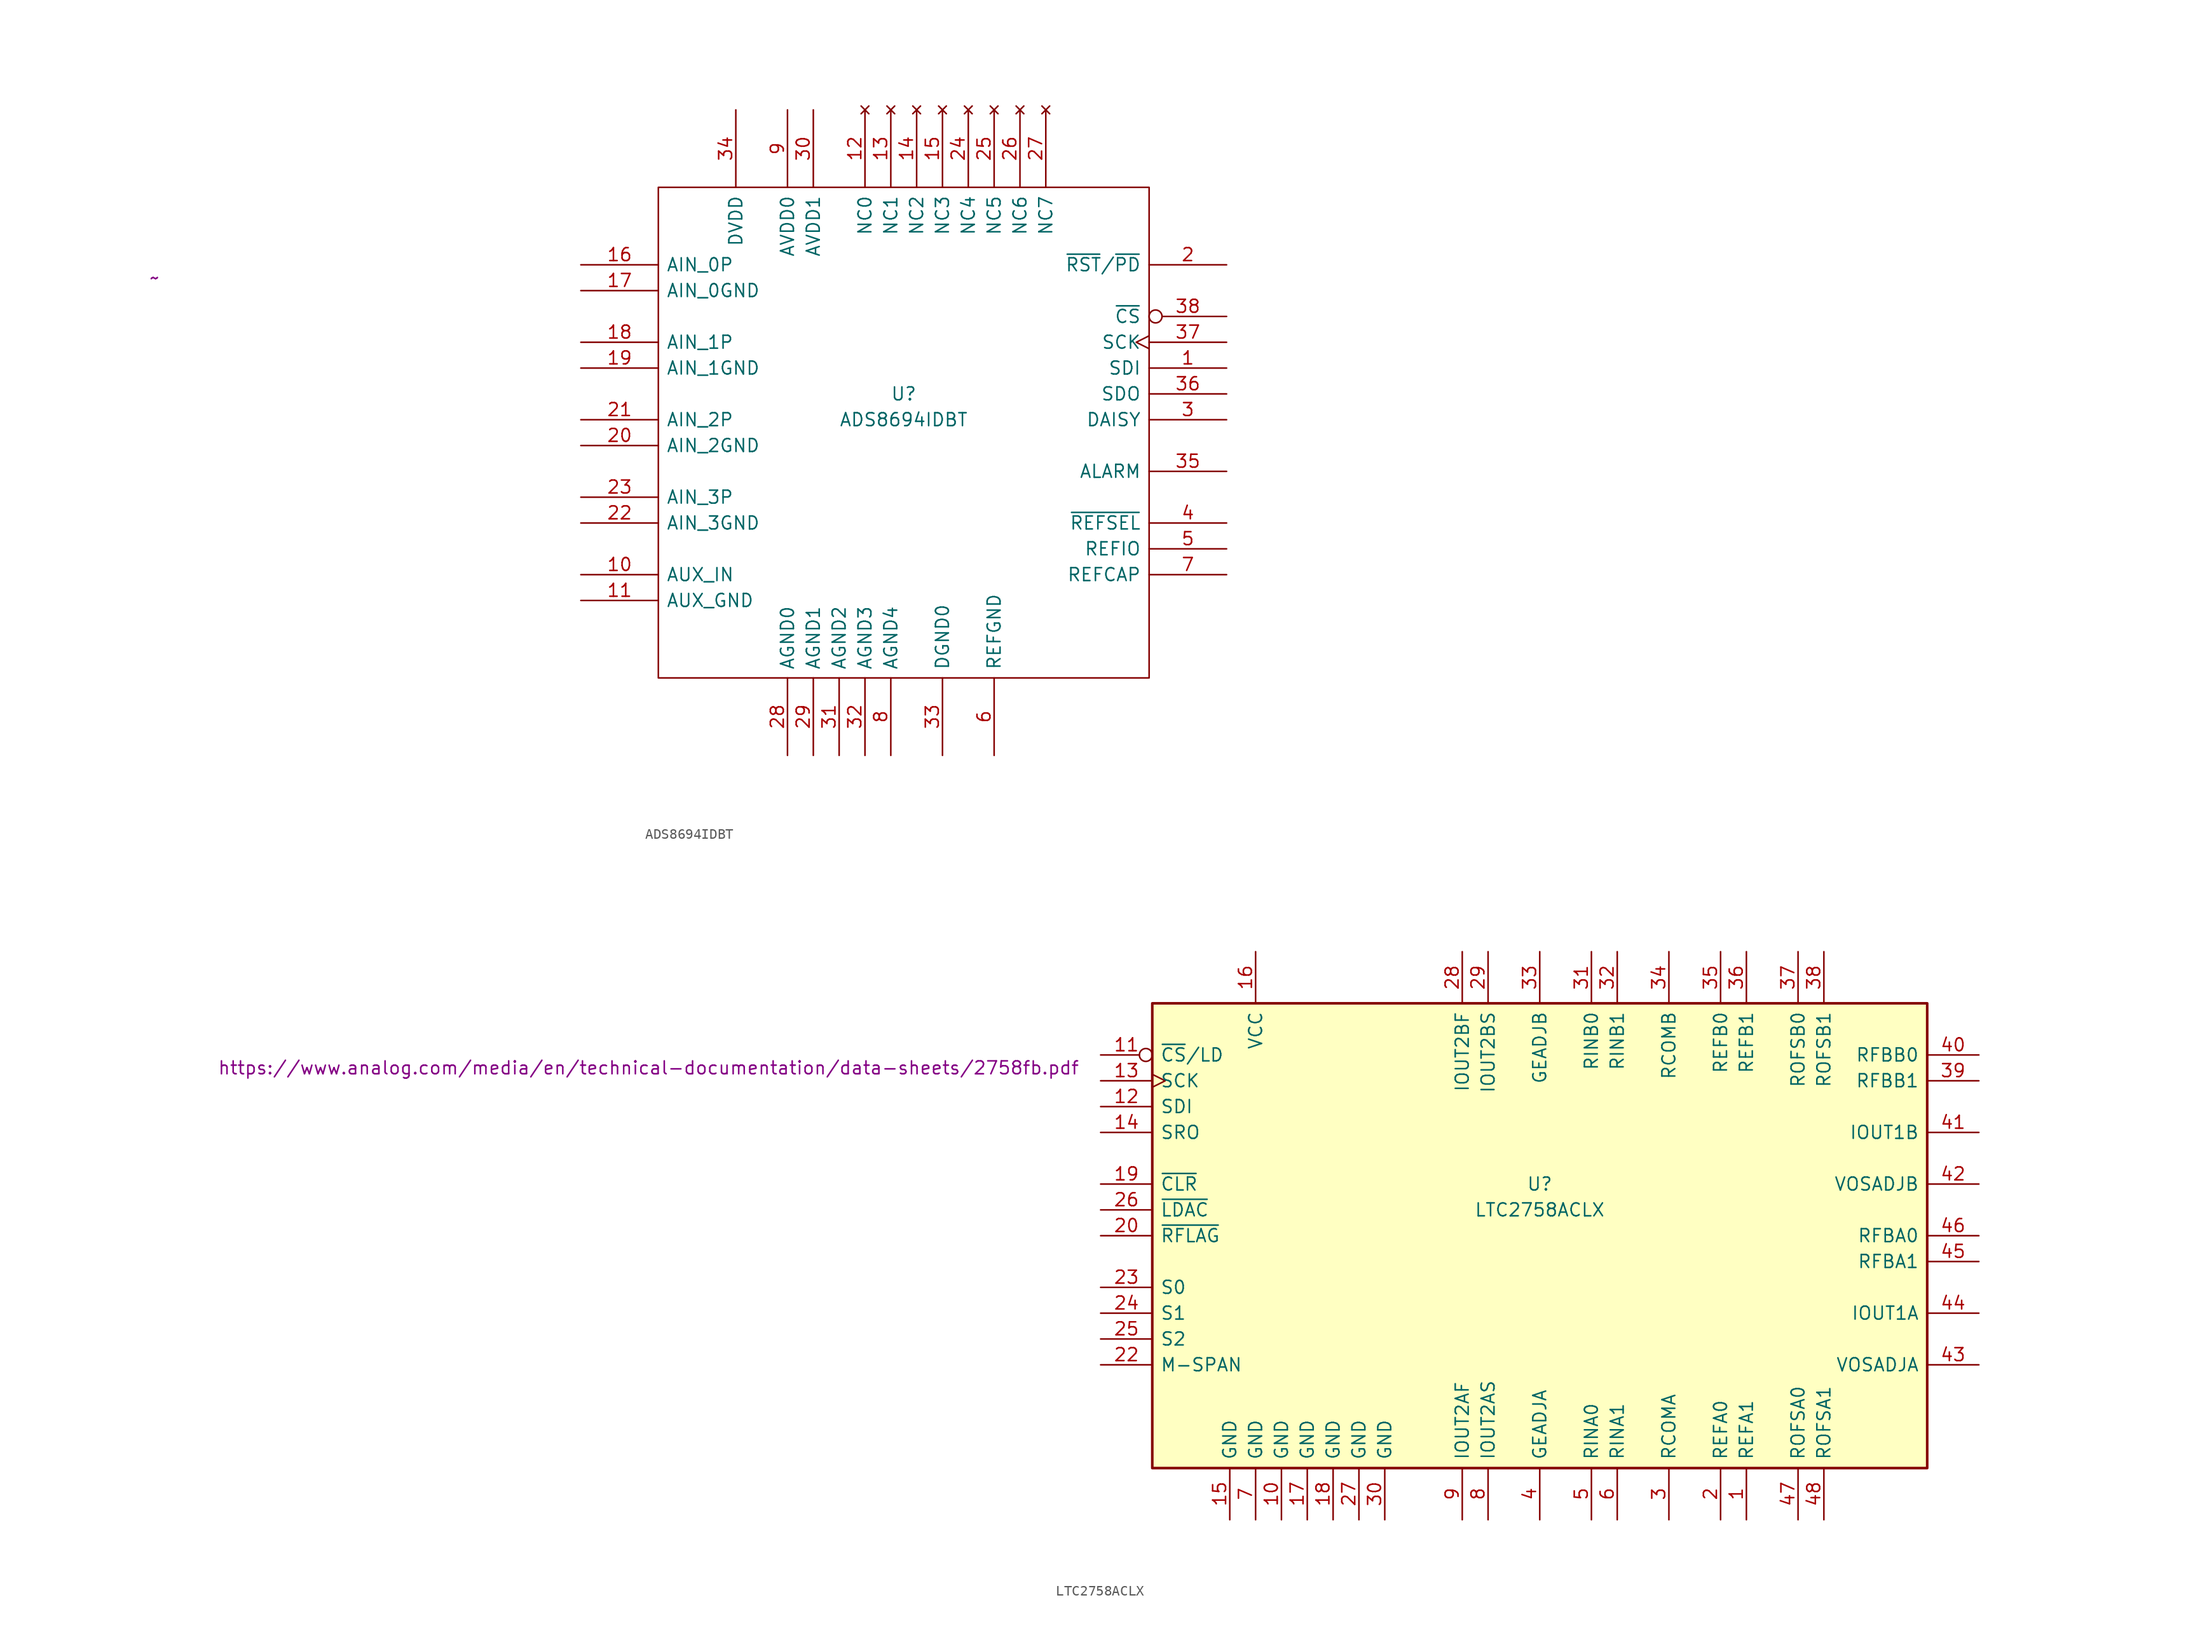
<source format=kicad_sym>
(kicad_symbol_lib
  (version 20231120)
  (generator "kicad_symbol_editor")
  (generator_version "8.0")
  (symbol "ADS8694IDBT"
    (pin_names
      (offset 0.762))
    (property "Reference" "U"
      (at 31.75 -12.7 0)
      (effects (font (size 1.27 1.27))))
    (property "Value" "ADS8694IDBT"
      (at 31.75 -15.24 0)
      (effects (font (size 1.27 1.27))))
    (property "Datasheet" "~"
      (at -41.91 -1.27 0)
      (effects (font (size 1.27 1.27))))
    (symbol "ADS8694IDBT_0_1"
      (rectangle (start 7.62 7.62) (end 55.88 -40.64) (stroke (width 0) (type default)) (fill (type none))))
    (symbol "ADS8694IDBT_1_1"
      (pin input line (at 63.5 -10.16 180) (length 7.62) (name "SDI" (effects (font (size 1.27 1.27)))) (number "1" (effects (font (size 1.27 1.27)))))
      (pin input line (at 0 -30.48 0) (length 7.62) (name "AUX_IN" (effects (font (size 1.27 1.27)))) (number "10" (effects (font (size 1.27 1.27)))))
      (pin power_in line (at 0 -33.02 0) (length 7.62) (name "AUX_GND" (effects (font (size 1.27 1.27)))) (number "11" (effects (font (size 1.27 1.27)))))
      (pin no_connect line (at 27.94 15.24 270) (length 7.62) (name "NC0" (effects (font (size 1.27 1.27)))) (number "12" (effects (font (size 1.27 1.27)))))
      (pin no_connect line (at 30.48 15.24 270) (length 7.62) (name "NC1" (effects (font (size 1.27 1.27)))) (number "13" (effects (font (size 1.27 1.27)))))
      (pin no_connect line (at 33.02 15.24 270) (length 7.62) (name "NC2" (effects (font (size 1.27 1.27)))) (number "14" (effects (font (size 1.27 1.27)))))
      (pin no_connect line (at 35.56 15.24 270) (length 7.62) (name "NC3" (effects (font (size 1.27 1.27)))) (number "15" (effects (font (size 1.27 1.27)))))
      (pin input line (at 0 0 0) (length 7.62) (name "AIN_0P" (effects (font (size 1.27 1.27)))) (number "16" (effects (font (size 1.27 1.27)))))
      (pin power_in line (at 0 -2.54 0) (length 7.62) (name "AIN_0GND" (effects (font (size 1.27 1.27)))) (number "17" (effects (font (size 1.27 1.27)))))
      (pin input line (at 0 -7.62 0) (length 7.62) (name "AIN_1P" (effects (font (size 1.27 1.27)))) (number "18" (effects (font (size 1.27 1.27)))))
      (pin power_in line (at 0 -10.16 0) (length 7.62) (name "AIN_1GND" (effects (font (size 1.27 1.27)))) (number "19" (effects (font (size 1.27 1.27)))))
      (pin input line (at 63.5 0 180) (length 7.62) (name "~{RST}/~{PD}" (effects (font (size 1.27 1.27)))) (number "2" (effects (font (size 1.27 1.27)))))
      (pin power_in line (at 0 -17.78 0) (length 7.62) (name "AIN_2GND" (effects (font (size 1.27 1.27)))) (number "20" (effects (font (size 1.27 1.27)))))
      (pin input line (at 0 -15.24 0) (length 7.62) (name "AIN_2P" (effects (font (size 1.27 1.27)))) (number "21" (effects (font (size 1.27 1.27)))))
      (pin power_in line (at 0 -25.4 0) (length 7.62) (name "AIN_3GND" (effects (font (size 1.27 1.27)))) (number "22" (effects (font (size 1.27 1.27)))))
      (pin input line (at 0 -22.86 0) (length 7.62) (name "AIN_3P" (effects (font (size 1.27 1.27)))) (number "23" (effects (font (size 1.27 1.27)))))
      (pin no_connect line (at 38.1 15.24 270) (length 7.62) (name "NC4" (effects (font (size 1.27 1.27)))) (number "24" (effects (font (size 1.27 1.27)))))
      (pin no_connect line (at 40.64 15.24 270) (length 7.62) (name "NC5" (effects (font (size 1.27 1.27)))) (number "25" (effects (font (size 1.27 1.27)))))
      (pin no_connect line (at 43.18 15.24 270) (length 7.62) (name "NC6" (effects (font (size 1.27 1.27)))) (number "26" (effects (font (size 1.27 1.27)))))
      (pin no_connect line (at 45.72 15.24 270) (length 7.62) (name "NC7" (effects (font (size 1.27 1.27)))) (number "27" (effects (font (size 1.27 1.27)))))
      (pin power_in line (at 20.32 -48.26 90) (length 7.62) (name "AGND0" (effects (font (size 1.27 1.27)))) (number "28" (effects (font (size 1.27 1.27)))))
      (pin power_in line (at 22.86 -48.26 90) (length 7.62) (name "AGND1" (effects (font (size 1.27 1.27)))) (number "29" (effects (font (size 1.27 1.27)))))
      (pin input line (at 63.5 -15.24 180) (length 7.62) (name "DAISY" (effects (font (size 1.27 1.27)))) (number "3" (effects (font (size 1.27 1.27)))))
      (pin power_in line (at 22.86 15.24 270) (length 7.62) (name "AVDD1" (effects (font (size 1.27 1.27)))) (number "30" (effects (font (size 1.27 1.27)))))
      (pin power_in line (at 25.4 -48.26 90) (length 7.62) (name "AGND2" (effects (font (size 1.27 1.27)))) (number "31" (effects (font (size 1.27 1.27)))))
      (pin power_in line (at 27.94 -48.26 90) (length 7.62) (name "AGND3" (effects (font (size 1.27 1.27)))) (number "32" (effects (font (size 1.27 1.27)))))
      (pin power_in line (at 35.56 -48.26 90) (length 7.62) (name "DGND0" (effects (font (size 1.27 1.27)))) (number "33" (effects (font (size 1.27 1.27)))))
      (pin power_in line (at 15.24 15.24 270) (length 7.62) (name "DVDD" (effects (font (size 1.27 1.27)))) (number "34" (effects (font (size 1.27 1.27)))))
      (pin output line (at 63.5 -20.32 180) (length 7.62) (name "ALARM" (effects (font (size 1.27 1.27)))) (number "35" (effects (font (size 1.27 1.27)))))
      (pin output line (at 63.5 -12.7 180) (length 7.62) (name "SDO" (effects (font (size 1.27 1.27)))) (number "36" (effects (font (size 1.27 1.27)))))
      (pin input clock (at 63.5 -7.62 180) (length 7.62) (name "SCK" (effects (font (size 1.27 1.27)))) (number "37" (effects (font (size 1.27 1.27)))))
      (pin input inverted (at 63.5 -5.08 180) (length 7.62) (name "~{CS}" (effects (font (size 1.27 1.27)))) (number "38" (effects (font (size 1.27 1.27)))))
      (pin input line (at 63.5 -25.4 180) (length 7.62) (name "~{REFSEL}" (effects (font (size 1.27 1.27)))) (number "4" (effects (font (size 1.27 1.27)))))
      (pin passive line (at 63.5 -27.94 180) (length 7.62) (name "REFIO" (effects (font (size 1.27 1.27)))) (number "5" (effects (font (size 1.27 1.27)))))
      (pin power_in line (at 40.64 -48.26 90) (length 7.62) (name "REFGND" (effects (font (size 1.27 1.27)))) (number "6" (effects (font (size 1.27 1.27)))))
      (pin output line (at 63.5 -30.48 180) (length 7.62) (name "REFCAP" (effects (font (size 1.27 1.27)))) (number "7" (effects (font (size 1.27 1.27)))))
      (pin power_in line (at 30.48 -48.26 90) (length 7.62) (name "AGND4" (effects (font (size 1.27 1.27)))) (number "8" (effects (font (size 1.27 1.27)))))
      (pin power_in line (at 20.32 15.24 270) (length 7.62) (name "AVDD0" (effects (font (size 1.27 1.27)))) (number "9" (effects (font (size 1.27 1.27)))))))
  (symbol "LTC2758ACLX"
    (pin_names
      (offset 0.762))
    (property "Reference" "U"
      (at 0 5.08 0)
      (effects (font (size 1.27 1.27))))
    (property "Value" "LTC2758ACLX"
      (at 0 2.54 0)
      (effects (font (size 1.27 1.27))))
    (property "Datasheet" "https://www.analog.com/media/en/technical-documentation/data-sheets/2758fb.pdf"
      (at -87.63 16.51 0)
      (effects (font (size 1.27 1.27))))
    (symbol "LTC2758ACLX_1_1"
      (rectangle (start -38.1 22.86) (end 38.1 -22.86) (stroke (width 0.254) (type default)) (fill (type background)))
      (pin input line (at 20.32 -27.94 90) (length 5.08) (name "REFA1" (effects (font (size 1.27 1.27)))) (number "1" (effects (font (size 1.27 1.27)))))
      (pin power_in line (at -25.4 -27.94 90) (length 5.08) (name "GND" (effects (font (size 1.27 1.27)))) (number "10" (effects (font (size 1.27 1.27)))))
      (pin input inverted (at -43.18 17.78 0) (length 5.08) (name "~{CS}/LD" (effects (font (size 1.27 1.27)))) (number "11" (effects (font (size 1.27 1.27)))))
      (pin input line (at -43.18 12.7 0) (length 5.08) (name "SDI" (effects (font (size 1.27 1.27)))) (number "12" (effects (font (size 1.27 1.27)))))
      (pin input clock (at -43.18 15.24 0) (length 5.08) (name "SCK" (effects (font (size 1.27 1.27)))) (number "13" (effects (font (size 1.27 1.27)))))
      (pin output line (at -43.18 10.16 0) (length 5.08) (name "SRO" (effects (font (size 1.27 1.27)))) (number "14" (effects (font (size 1.27 1.27)))))
      (pin power_in line (at -30.48 -27.94 90) (length 5.08) (name "GND" (effects (font (size 1.27 1.27)))) (number "15" (effects (font (size 1.27 1.27)))))
      (pin power_in line (at -27.94 27.94 270) (length 5.08) (name "VCC" (effects (font (size 1.27 1.27)))) (number "16" (effects (font (size 1.27 1.27)))))
      (pin power_in line (at -22.86 -27.94 90) (length 5.08) (name "GND" (effects (font (size 1.27 1.27)))) (number "17" (effects (font (size 1.27 1.27)))))
      (pin power_in line (at -20.32 -27.94 90) (length 5.08) (name "GND" (effects (font (size 1.27 1.27)))) (number "18" (effects (font (size 1.27 1.27)))))
      (pin input line (at -43.18 5.08 0) (length 5.08) (name "~{CLR}" (effects (font (size 1.27 1.27)))) (number "19" (effects (font (size 1.27 1.27)))))
      (pin input line (at 17.78 -27.94 90) (length 5.08) (name "REFA0" (effects (font (size 1.27 1.27)))) (number "2" (effects (font (size 1.27 1.27)))))
      (pin input line (at -43.18 0 0) (length 5.08) (name "~{RFLAG}" (effects (font (size 1.27 1.27)))) (number "20" (effects (font (size 1.27 1.27)))))
      (pin no_connect line (at -38.1 -15.24 0) (length 5.08) hide (name "NC" (effects (font (size 1.27 1.27)))) (number "21" (effects (font (size 1.27 1.27)))))
      (pin input line (at -43.18 -12.7 0) (length 5.08) (name "M-SPAN" (effects (font (size 1.27 1.27)))) (number "22" (effects (font (size 1.27 1.27)))))
      (pin input line (at -43.18 -5.08 0) (length 5.08) (name "S0" (effects (font (size 1.27 1.27)))) (number "23" (effects (font (size 1.27 1.27)))))
      (pin input line (at -43.18 -7.62 0) (length 5.08) (name "S1" (effects (font (size 1.27 1.27)))) (number "24" (effects (font (size 1.27 1.27)))))
      (pin input line (at -43.18 -10.16 0) (length 5.08) (name "S2" (effects (font (size 1.27 1.27)))) (number "25" (effects (font (size 1.27 1.27)))))
      (pin input line (at -43.18 2.54 0) (length 5.08) (name "~{LDAC}" (effects (font (size 1.27 1.27)))) (number "26" (effects (font (size 1.27 1.27)))))
      (pin power_in line (at -17.78 -27.94 90) (length 5.08) (name "GND" (effects (font (size 1.27 1.27)))) (number "27" (effects (font (size 1.27 1.27)))))
      (pin input line (at -7.62 27.94 270) (length 5.08) (name "IOUT2BF" (effects (font (size 1.27 1.27)))) (number "28" (effects (font (size 1.27 1.27)))))
      (pin input line (at -5.08 27.94 270) (length 5.08) (name "IOUT2BS" (effects (font (size 1.27 1.27)))) (number "29" (effects (font (size 1.27 1.27)))))
      (pin input line (at 12.7 -27.94 90) (length 5.08) (name "RCOMA" (effects (font (size 1.27 1.27)))) (number "3" (effects (font (size 1.27 1.27)))))
      (pin power_in line (at -15.24 -27.94 90) (length 5.08) (name "GND" (effects (font (size 1.27 1.27)))) (number "30" (effects (font (size 1.27 1.27)))))
      (pin input line (at 5.08 27.94 270) (length 5.08) (name "RINB0" (effects (font (size 1.27 1.27)))) (number "31" (effects (font (size 1.27 1.27)))))
      (pin input line (at 7.62 27.94 270) (length 5.08) (name "RINB1" (effects (font (size 1.27 1.27)))) (number "32" (effects (font (size 1.27 1.27)))))
      (pin input line (at 0 27.94 270) (length 5.08) (name "GEADJB" (effects (font (size 1.27 1.27)))) (number "33" (effects (font (size 1.27 1.27)))))
      (pin input line (at 12.7 27.94 270) (length 5.08) (name "RCOMB" (effects (font (size 1.27 1.27)))) (number "34" (effects (font (size 1.27 1.27)))))
      (pin input line (at 17.78 27.94 270) (length 5.08) (name "REFB0" (effects (font (size 1.27 1.27)))) (number "35" (effects (font (size 1.27 1.27)))))
      (pin input line (at 20.32 27.94 270) (length 5.08) (name "REFB1" (effects (font (size 1.27 1.27)))) (number "36" (effects (font (size 1.27 1.27)))))
      (pin input line (at 25.4 27.94 270) (length 5.08) (name "ROFSB0" (effects (font (size 1.27 1.27)))) (number "37" (effects (font (size 1.27 1.27)))))
      (pin input line (at 27.94 27.94 270) (length 5.08) (name "ROFSB1" (effects (font (size 1.27 1.27)))) (number "38" (effects (font (size 1.27 1.27)))))
      (pin input line (at 43.18 15.24 180) (length 5.08) (name "RFBB1" (effects (font (size 1.27 1.27)))) (number "39" (effects (font (size 1.27 1.27)))))
      (pin input line (at 0 -27.94 90) (length 5.08) (name "GEADJA" (effects (font (size 1.27 1.27)))) (number "4" (effects (font (size 1.27 1.27)))))
      (pin input line (at 43.18 17.78 180) (length 5.08) (name "RFBB0" (effects (font (size 1.27 1.27)))) (number "40" (effects (font (size 1.27 1.27)))))
      (pin output line (at 43.18 10.16 180) (length 5.08) (name "IOUT1B" (effects (font (size 1.27 1.27)))) (number "41" (effects (font (size 1.27 1.27)))))
      (pin input line (at 43.18 5.08 180) (length 5.08) (name "VOSADJB" (effects (font (size 1.27 1.27)))) (number "42" (effects (font (size 1.27 1.27)))))
      (pin input line (at 43.18 -12.7 180) (length 5.08) (name "VOSADJA" (effects (font (size 1.27 1.27)))) (number "43" (effects (font (size 1.27 1.27)))))
      (pin output line (at 43.18 -7.62 180) (length 5.08) (name "IOUT1A" (effects (font (size 1.27 1.27)))) (number "44" (effects (font (size 1.27 1.27)))))
      (pin input line (at 43.18 -2.54 180) (length 5.08) (name "RFBA1" (effects (font (size 1.27 1.27)))) (number "45" (effects (font (size 1.27 1.27)))))
      (pin input line (at 43.18 0 180) (length 5.08) (name "RFBA0" (effects (font (size 1.27 1.27)))) (number "46" (effects (font (size 1.27 1.27)))))
      (pin input line (at 25.4 -27.94 90) (length 5.08) (name "ROFSA0" (effects (font (size 1.27 1.27)))) (number "47" (effects (font (size 1.27 1.27)))))
      (pin input line (at 27.94 -27.94 90) (length 5.08) (name "ROFSA1" (effects (font (size 1.27 1.27)))) (number "48" (effects (font (size 1.27 1.27)))))
      (pin input line (at 5.08 -27.94 90) (length 5.08) (name "RINA0" (effects (font (size 1.27 1.27)))) (number "5" (effects (font (size 1.27 1.27)))))
      (pin input line (at 7.62 -27.94 90) (length 5.08) (name "RINA1" (effects (font (size 1.27 1.27)))) (number "6" (effects (font (size 1.27 1.27)))))
      (pin power_in line (at -27.94 -27.94 90) (length 5.08) (name "GND" (effects (font (size 1.27 1.27)))) (number "7" (effects (font (size 1.27 1.27)))))
      (pin input line (at -5.08 -27.94 90) (length 5.08) (name "IOUT2AS" (effects (font (size 1.27 1.27)))) (number "8" (effects (font (size 1.27 1.27)))))
      (pin input line (at -7.62 -27.94 90) (length 5.08) (name "IOUT2AF" (effects (font (size 1.27 1.27)))) (number "9" (effects (font (size 1.27 1.27))))))))
</source>
